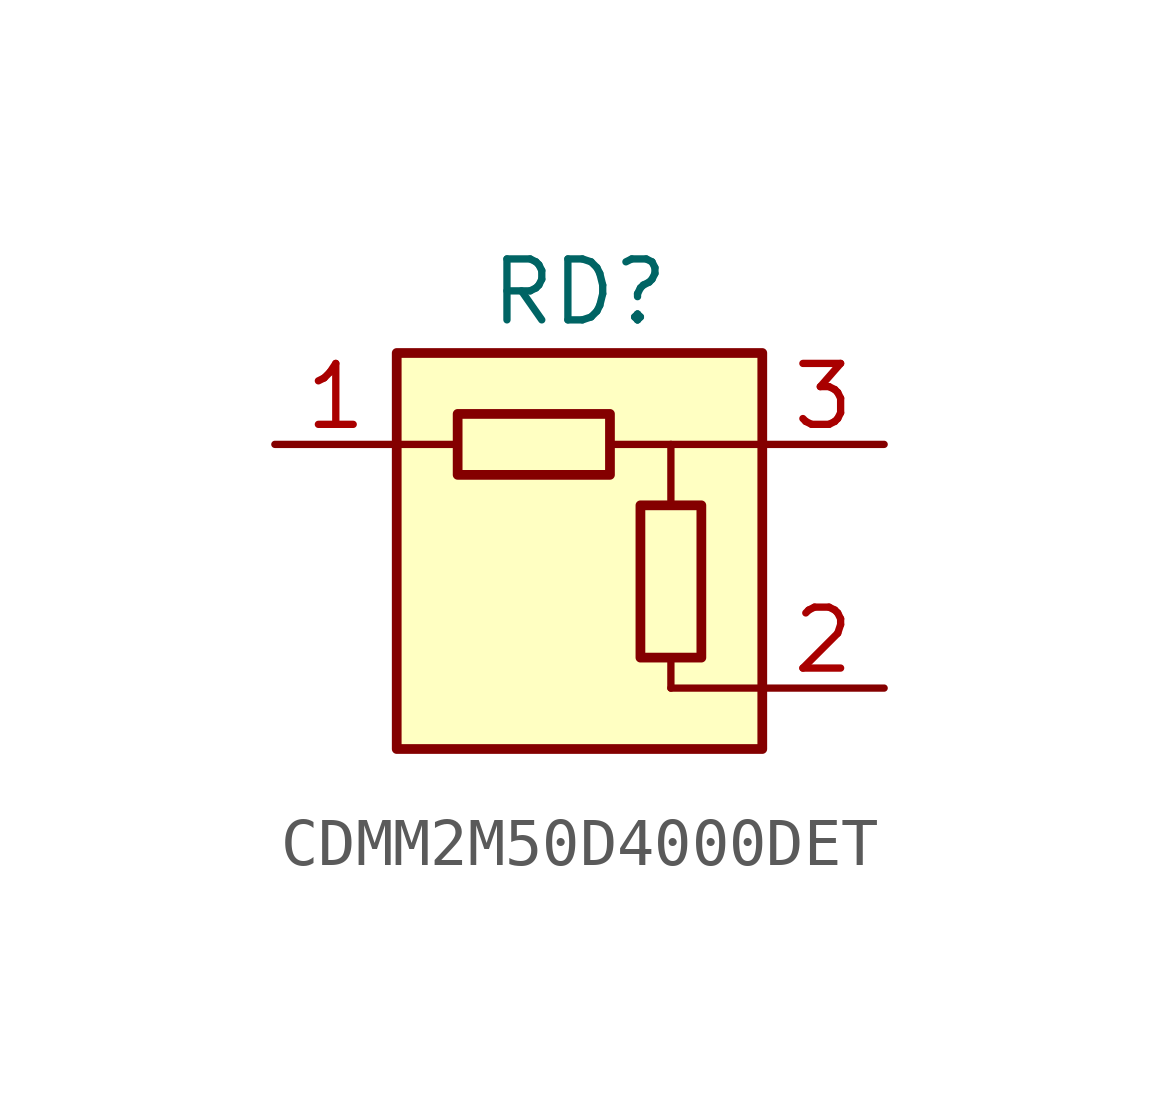
<source format=kicad_sym>
(kicad_symbol_lib
  (version 20220914)
  (generator kicad_symbol_editor)
  (symbol "CDMM2M50D4000DET"
    (pin_names
      (offset 0))
    (property "Reference" "RD"
      (at 0 5.715 0)
      (effects (font (size 1.27 1.27))))
    (property "Value" ""
      (at 1.905 2.54 0)
      (effects (font (size 1.27 1.27))))
    (symbol "CDMM2M50D4000DET_0_1"
      (rectangle (start -2.54 3.175) (end 0.635 1.905) (stroke (width 0.203) (type default)) (fill (type none)))
      (polyline (pts (xy 1.905 -2.54) (xy 3.81 -2.54)) (stroke (width 0) (type default)) (fill (type none)))
      (polyline (pts (xy 1.905 2.54) (xy 3.81 2.54)) (stroke (width 0) (type default)) (fill (type none)))
      (polyline (pts (xy 0.635 2.54) (xy 1.905 2.54) (xy 1.905 1.27)) (stroke (width 0) (type default)) (fill (type none)))
      (rectangle (start 1.27 1.27) (end 2.54 -1.905) (stroke (width 0.203) (type default)) (fill (type none))))
    (symbol "CDMM2M50D4000DET_1_1"
      (rectangle (start -3.81 4.445) (end 3.81 -3.81) (stroke (width 0.203) (type default)) (fill (type background)))
      (polyline (pts (xy -2.54 2.54) (xy -3.81 2.54)) (stroke (width 0) (type default)) (fill (type none)))
      (polyline (pts (xy 1.905 -1.905) (xy 1.905 -2.54)) (stroke (width 0) (type default)) (fill (type none)))
      (pin power_in line (at -6.35 2.54 0) (length 2.54) (name "~" (effects (font (size 1.27 1.27)))) (number "1" (effects (font (size 1.27 1.27)))))
      (pin power_out line (at 6.35 -2.54 180) (length 2.54) (name "~" (effects (font (size 1.27 1.27)))) (number "2" (effects (font (size 1.27 1.27)))))
      (pin output line (at 6.35 2.54 180) (length 2.54) (name "~" (effects (font (size 1.27 1.27)))) (number "3" (effects (font (size 1.27 1.27))))))))
</source>
